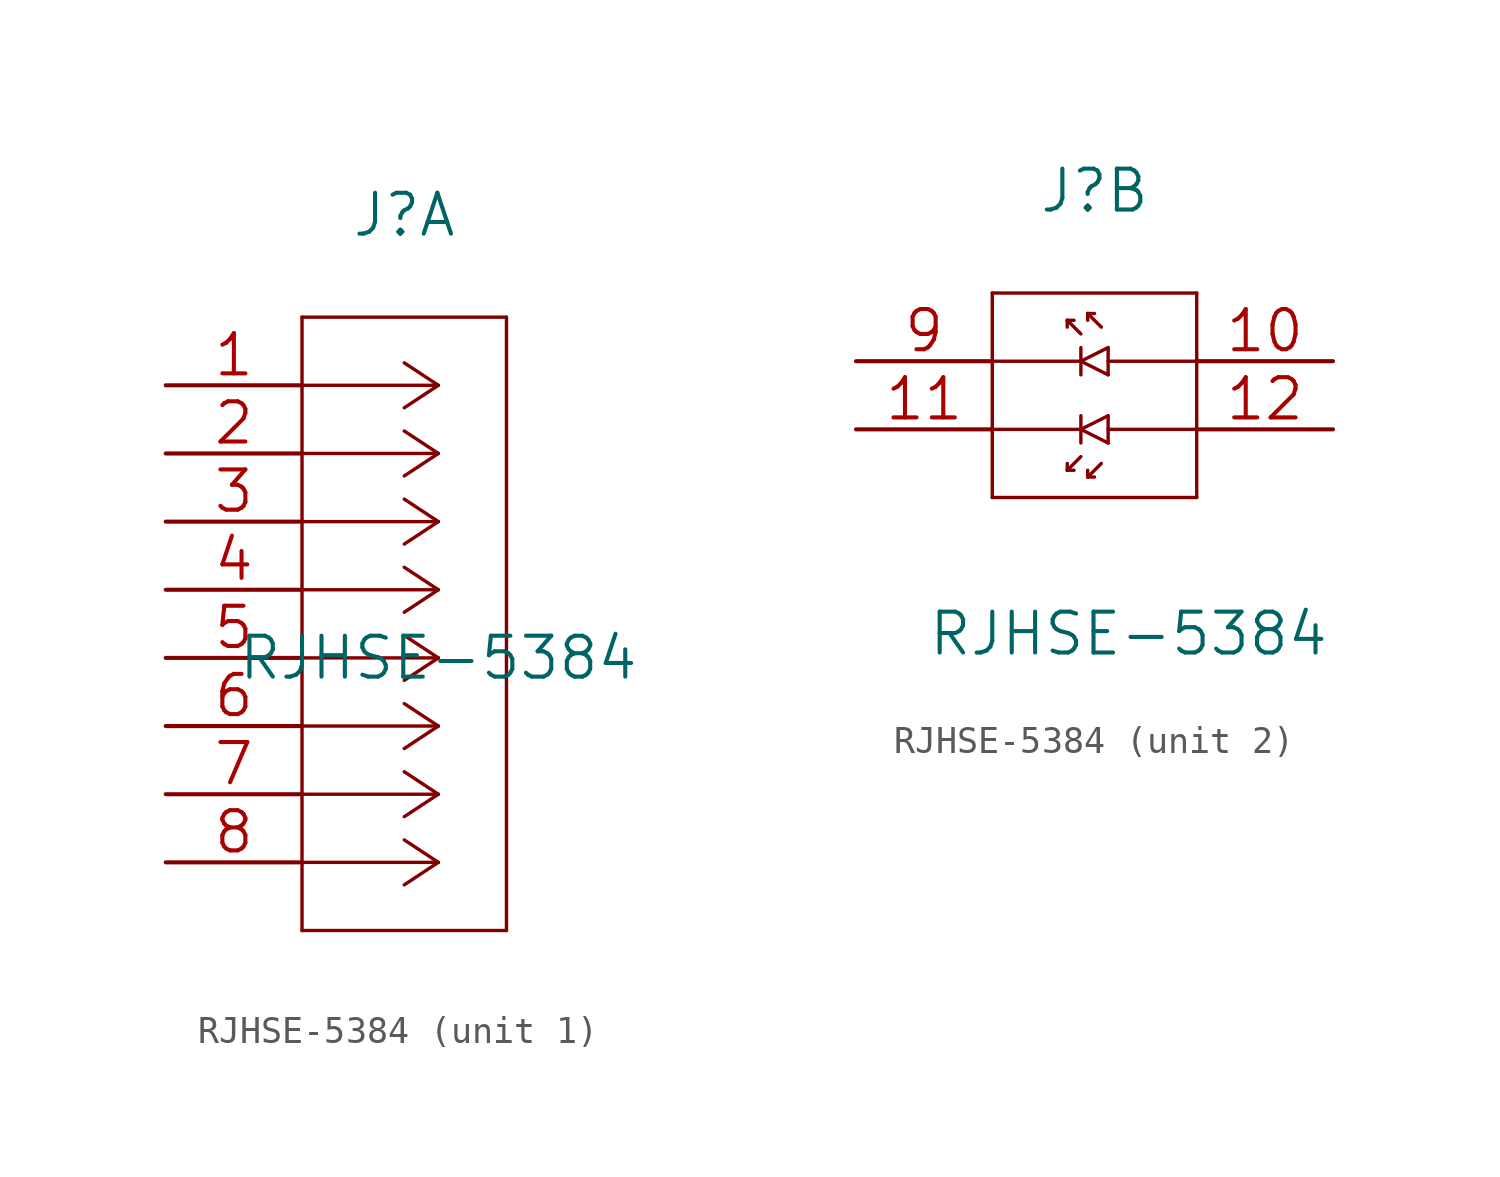
<source format=kicad_sym>
(kicad_symbol_lib
  (version 20220914)
  (generator kicad_symbol_editor)
  (symbol "RJHSE-5384"
    (pin_names
      (offset 0.254) hide)
    (property "Reference" "J"
      (at 8.89 6.35 0)
      (effects (font (size 1.524 1.524))))
    (property "Value" "RJHSE-5384"
      (at 10.16 -10.16 0)
      (effects (font (size 1.524 1.524))))
    (property "Datasheet" ""
      (at 0 0 0)
      (effects (font (size 1.524 1.524))))
    (property "ki_locked" ""
      (at 0 0 0)
      (effects (font (size 1.27 1.27))))
    (symbol "RJHSE-5384_1_1"
      (polyline (pts (xy 5.08 -20.32) (xy 12.7 -20.32)) (stroke (width 0.127) (type solid)) (fill (type none)))
      (polyline (pts (xy 5.08 2.54) (xy 5.08 -20.32)) (stroke (width 0.127) (type solid)) (fill (type none)))
      (polyline (pts (xy 10.16 -17.78) (xy 5.08 -17.78)) (stroke (width 0.127) (type solid)) (fill (type none)))
      (polyline (pts (xy 10.16 -17.78) (xy 8.89 -18.618)) (stroke (width 0.127) (type solid)) (fill (type none)))
      (polyline (pts (xy 10.16 -17.78) (xy 8.89 -16.942)) (stroke (width 0.127) (type solid)) (fill (type none)))
      (polyline (pts (xy 10.16 -15.24) (xy 5.08 -15.24)) (stroke (width 0.127) (type solid)) (fill (type none)))
      (polyline (pts (xy 10.16 -15.24) (xy 8.89 -16.078)) (stroke (width 0.127) (type solid)) (fill (type none)))
      (polyline (pts (xy 10.16 -15.24) (xy 8.89 -14.402)) (stroke (width 0.127) (type solid)) (fill (type none)))
      (polyline (pts (xy 10.16 -12.7) (xy 5.08 -12.7)) (stroke (width 0.127) (type solid)) (fill (type none)))
      (polyline (pts (xy 10.16 -12.7) (xy 8.89 -13.538)) (stroke (width 0.127) (type solid)) (fill (type none)))
      (polyline (pts (xy 10.16 -12.7) (xy 8.89 -11.862)) (stroke (width 0.127) (type solid)) (fill (type none)))
      (polyline (pts (xy 10.16 -10.16) (xy 5.08 -10.16)) (stroke (width 0.127) (type solid)) (fill (type none)))
      (polyline (pts (xy 10.16 -10.16) (xy 8.89 -10.998)) (stroke (width 0.127) (type solid)) (fill (type none)))
      (polyline (pts (xy 10.16 -10.16) (xy 8.89 -9.322)) (stroke (width 0.127) (type solid)) (fill (type none)))
      (polyline (pts (xy 10.16 -7.62) (xy 5.08 -7.62)) (stroke (width 0.127) (type solid)) (fill (type none)))
      (polyline (pts (xy 10.16 -7.62) (xy 8.89 -8.458)) (stroke (width 0.127) (type solid)) (fill (type none)))
      (polyline (pts (xy 10.16 -7.62) (xy 8.89 -6.782)) (stroke (width 0.127) (type solid)) (fill (type none)))
      (polyline (pts (xy 10.16 -5.08) (xy 5.08 -5.08)) (stroke (width 0.127) (type solid)) (fill (type none)))
      (polyline (pts (xy 10.16 -5.08) (xy 8.89 -5.918)) (stroke (width 0.127) (type solid)) (fill (type none)))
      (polyline (pts (xy 10.16 -5.08) (xy 8.89 -4.242)) (stroke (width 0.127) (type solid)) (fill (type none)))
      (polyline (pts (xy 10.16 -2.54) (xy 5.08 -2.54)) (stroke (width 0.127) (type solid)) (fill (type none)))
      (polyline (pts (xy 10.16 -2.54) (xy 8.89 -3.378)) (stroke (width 0.127) (type solid)) (fill (type none)))
      (polyline (pts (xy 10.16 -2.54) (xy 8.89 -1.702)) (stroke (width 0.127) (type solid)) (fill (type none)))
      (polyline (pts (xy 10.16 0) (xy 5.08 0)) (stroke (width 0.127) (type solid)) (fill (type none)))
      (polyline (pts (xy 10.16 0) (xy 8.89 -0.838)) (stroke (width 0.127) (type solid)) (fill (type none)))
      (polyline (pts (xy 10.16 0) (xy 8.89 0.838)) (stroke (width 0.127) (type solid)) (fill (type none)))
      (polyline (pts (xy 12.7 -20.32) (xy 12.7 2.54)) (stroke (width 0.127) (type solid)) (fill (type none)))
      (polyline (pts (xy 12.7 2.54) (xy 5.08 2.54)) (stroke (width 0.127) (type solid)) (fill (type none)))
      (pin unspecified line (at 0 0 0) (length 5.08) (name "1" (effects (font (size 1.499 1.499)))) (number "1" (effects (font (size 1.499 1.499)))))
      (pin unspecified line (at 0 -2.54 0) (length 5.08) (name "2" (effects (font (size 1.499 1.499)))) (number "2" (effects (font (size 1.499 1.499)))))
      (pin unspecified line (at 0 -5.08 0) (length 5.08) (name "3" (effects (font (size 1.499 1.499)))) (number "3" (effects (font (size 1.499 1.499)))))
      (pin unspecified line (at 0 -7.62 0) (length 5.08) (name "4" (effects (font (size 1.499 1.499)))) (number "4" (effects (font (size 1.499 1.499)))))
      (pin unspecified line (at 0 -10.16 0) (length 5.08) (name "5" (effects (font (size 1.499 1.499)))) (number "5" (effects (font (size 1.499 1.499)))))
      (pin unspecified line (at 0 -12.7 0) (length 5.08) (name "6" (effects (font (size 1.499 1.499)))) (number "6" (effects (font (size 1.499 1.499)))))
      (pin unspecified line (at 0 -15.24 0) (length 5.08) (name "7" (effects (font (size 1.499 1.499)))) (number "7" (effects (font (size 1.499 1.499)))))
      (pin unspecified line (at 0 -17.78 0) (length 5.08) (name "8" (effects (font (size 1.499 1.499)))) (number "8" (effects (font (size 1.499 1.499))))))
    (symbol "RJHSE-5384_2_1"
      (polyline (pts (xy 5.08 -5.08) (xy 12.7 -5.08)) (stroke (width 0.127) (type solid)) (fill (type none)))
      (polyline (pts (xy 5.08 -2.54) (xy 8.382 -2.54)) (stroke (width 0.127) (type solid)) (fill (type none)))
      (polyline (pts (xy 5.08 2.54) (xy 5.08 -5.08)) (stroke (width 0.127) (type solid)) (fill (type none)))
      (polyline (pts (xy 7.874 -4.064) (xy 7.874 -3.81)) (stroke (width 0.127) (type solid)) (fill (type none)))
      (polyline (pts (xy 7.874 -4.064) (xy 8.128 -4.064)) (stroke (width 0.127) (type solid)) (fill (type none)))
      (polyline (pts (xy 7.874 1.524) (xy 7.874 1.27)) (stroke (width 0.127) (type solid)) (fill (type none)))
      (polyline (pts (xy 7.874 1.524) (xy 8.128 1.524)) (stroke (width 0.127) (type solid)) (fill (type none)))
      (polyline (pts (xy 8.382 -3.556) (xy 7.874 -4.064)) (stroke (width 0.127) (type solid)) (fill (type none)))
      (polyline (pts (xy 8.382 -3.048) (xy 8.382 -2.032)) (stroke (width 0.127) (type solid)) (fill (type none)))
      (polyline (pts (xy 8.382 -2.54) (xy 9.398 -2.032)) (stroke (width 0.127) (type solid)) (fill (type none)))
      (polyline (pts (xy 8.382 0) (xy 5.08 0)) (stroke (width 0.127) (type solid)) (fill (type none)))
      (polyline (pts (xy 8.382 0) (xy 9.398 -0.508)) (stroke (width 0.127) (type solid)) (fill (type none)))
      (polyline (pts (xy 8.382 0.508) (xy 8.382 -0.508)) (stroke (width 0.127) (type solid)) (fill (type none)))
      (polyline (pts (xy 8.382 1.016) (xy 7.874 1.524)) (stroke (width 0.127) (type solid)) (fill (type none)))
      (polyline (pts (xy 8.636 -4.318) (xy 8.636 -4.064)) (stroke (width 0.127) (type solid)) (fill (type none)))
      (polyline (pts (xy 8.636 -4.318) (xy 8.89 -4.318)) (stroke (width 0.127) (type solid)) (fill (type none)))
      (polyline (pts (xy 8.636 1.778) (xy 8.636 1.524)) (stroke (width 0.127) (type solid)) (fill (type none)))
      (polyline (pts (xy 8.636 1.778) (xy 8.89 1.778)) (stroke (width 0.127) (type solid)) (fill (type none)))
      (polyline (pts (xy 9.144 -3.81) (xy 8.636 -4.318)) (stroke (width 0.127) (type solid)) (fill (type none)))
      (polyline (pts (xy 9.144 1.27) (xy 8.636 1.778)) (stroke (width 0.127) (type solid)) (fill (type none)))
      (polyline (pts (xy 9.398 -3.048) (xy 8.382 -2.54)) (stroke (width 0.127) (type solid)) (fill (type none)))
      (polyline (pts (xy 9.398 -2.54) (xy 12.7 -2.54)) (stroke (width 0.127) (type solid)) (fill (type none)))
      (polyline (pts (xy 9.398 -2.032) (xy 9.398 -3.048)) (stroke (width 0.127) (type solid)) (fill (type none)))
      (polyline (pts (xy 9.398 -0.508) (xy 9.398 0.508)) (stroke (width 0.127) (type solid)) (fill (type none)))
      (polyline (pts (xy 9.398 0.508) (xy 8.382 0)) (stroke (width 0.127) (type solid)) (fill (type none)))
      (polyline (pts (xy 12.7 -5.08) (xy 12.7 2.54)) (stroke (width 0.127) (type solid)) (fill (type none)))
      (polyline (pts (xy 12.7 0) (xy 9.398 0)) (stroke (width 0.127) (type solid)) (fill (type none)))
      (polyline (pts (xy 12.7 2.54) (xy 5.08 2.54)) (stroke (width 0.127) (type solid)) (fill (type none)))
      (pin unspecified line (at 17.78 0 180) (length 5.08) (name "10" (effects (font (size 1.499 1.499)))) (number "10" (effects (font (size 1.499 1.499)))))
      (pin unspecified line (at 0 -2.54 0) (length 5.08) (name "11" (effects (font (size 1.499 1.499)))) (number "11" (effects (font (size 1.499 1.499)))))
      (pin unspecified line (at 17.78 -2.54 180) (length 5.08) (name "12" (effects (font (size 1.499 1.499)))) (number "12" (effects (font (size 1.499 1.499)))))
      (pin unspecified line (at 0 0 0) (length 5.08) (name "9" (effects (font (size 1.499 1.499)))) (number "9" (effects (font (size 1.499 1.499))))))))
</source>
